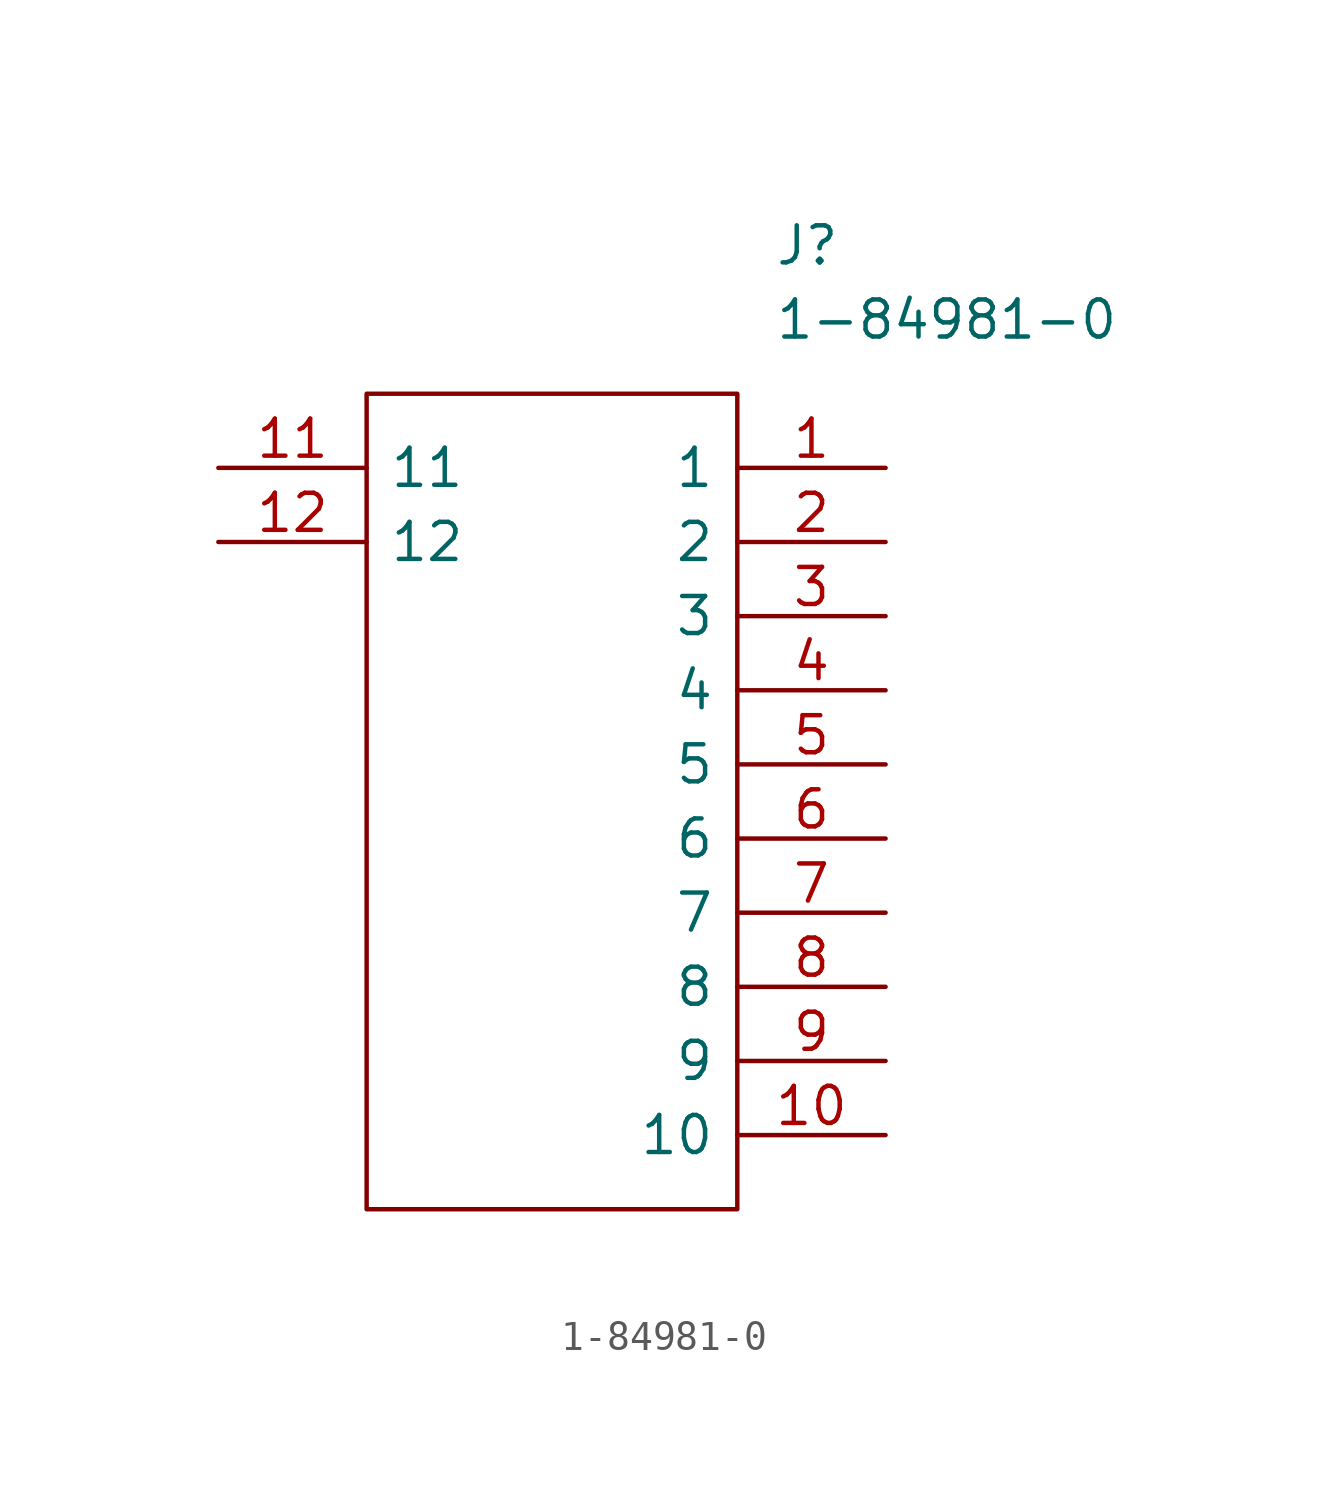
<source format=kicad_sym>
(kicad_symbol_lib
  (version 20211014)
  (generator kicad_symbol_editor)
  (symbol "1-84981-0"
    (pin_names
      (offset 0.762))
    (property "Reference" "J"
      (at 19.05 7.62 0)
      (effects (font (size 1.27 1.27)) (justify left)))
    (property "Value" "1-84981-0"
      (at 19.05 5.08 0)
      (effects (font (size 1.27 1.27)) (justify left)))
    (symbol "1-84981-0_0_0"
      (pin passive line (at 22.86 0 180) (length 5.08) (name "1" (effects (font (size 1.27 1.27)))) (number "1" (effects (font (size 1.27 1.27)))))
      (pin passive line (at 22.86 -22.86 180) (length 5.08) (name "10" (effects (font (size 1.27 1.27)))) (number "10" (effects (font (size 1.27 1.27)))))
      (pin passive line (at 0 0 0) (length 5.08) (name "11" (effects (font (size 1.27 1.27)))) (number "11" (effects (font (size 1.27 1.27)))))
      (pin passive line (at 0 -2.54 0) (length 5.08) (name "12" (effects (font (size 1.27 1.27)))) (number "12" (effects (font (size 1.27 1.27)))))
      (pin passive line (at 22.86 -2.54 180) (length 5.08) (name "2" (effects (font (size 1.27 1.27)))) (number "2" (effects (font (size 1.27 1.27)))))
      (pin passive line (at 22.86 -5.08 180) (length 5.08) (name "3" (effects (font (size 1.27 1.27)))) (number "3" (effects (font (size 1.27 1.27)))))
      (pin passive line (at 22.86 -7.62 180) (length 5.08) (name "4" (effects (font (size 1.27 1.27)))) (number "4" (effects (font (size 1.27 1.27)))))
      (pin passive line (at 22.86 -10.16 180) (length 5.08) (name "5" (effects (font (size 1.27 1.27)))) (number "5" (effects (font (size 1.27 1.27)))))
      (pin passive line (at 22.86 -12.7 180) (length 5.08) (name "6" (effects (font (size 1.27 1.27)))) (number "6" (effects (font (size 1.27 1.27)))))
      (pin passive line (at 22.86 -15.24 180) (length 5.08) (name "7" (effects (font (size 1.27 1.27)))) (number "7" (effects (font (size 1.27 1.27)))))
      (pin passive line (at 22.86 -17.78 180) (length 5.08) (name "8" (effects (font (size 1.27 1.27)))) (number "8" (effects (font (size 1.27 1.27)))))
      (pin passive line (at 22.86 -20.32 180) (length 5.08) (name "9" (effects (font (size 1.27 1.27)))) (number "9" (effects (font (size 1.27 1.27))))))
    (symbol "1-84981-0_0_1"
      (polyline (pts (xy 5.08 2.54) (xy 17.78 2.54) (xy 17.78 -25.4) (xy 5.08 -25.4) (xy 5.08 2.54)) (stroke (width 0.152) (type default) (color 0 0 0 0)) (fill (type none))))))
</source>
